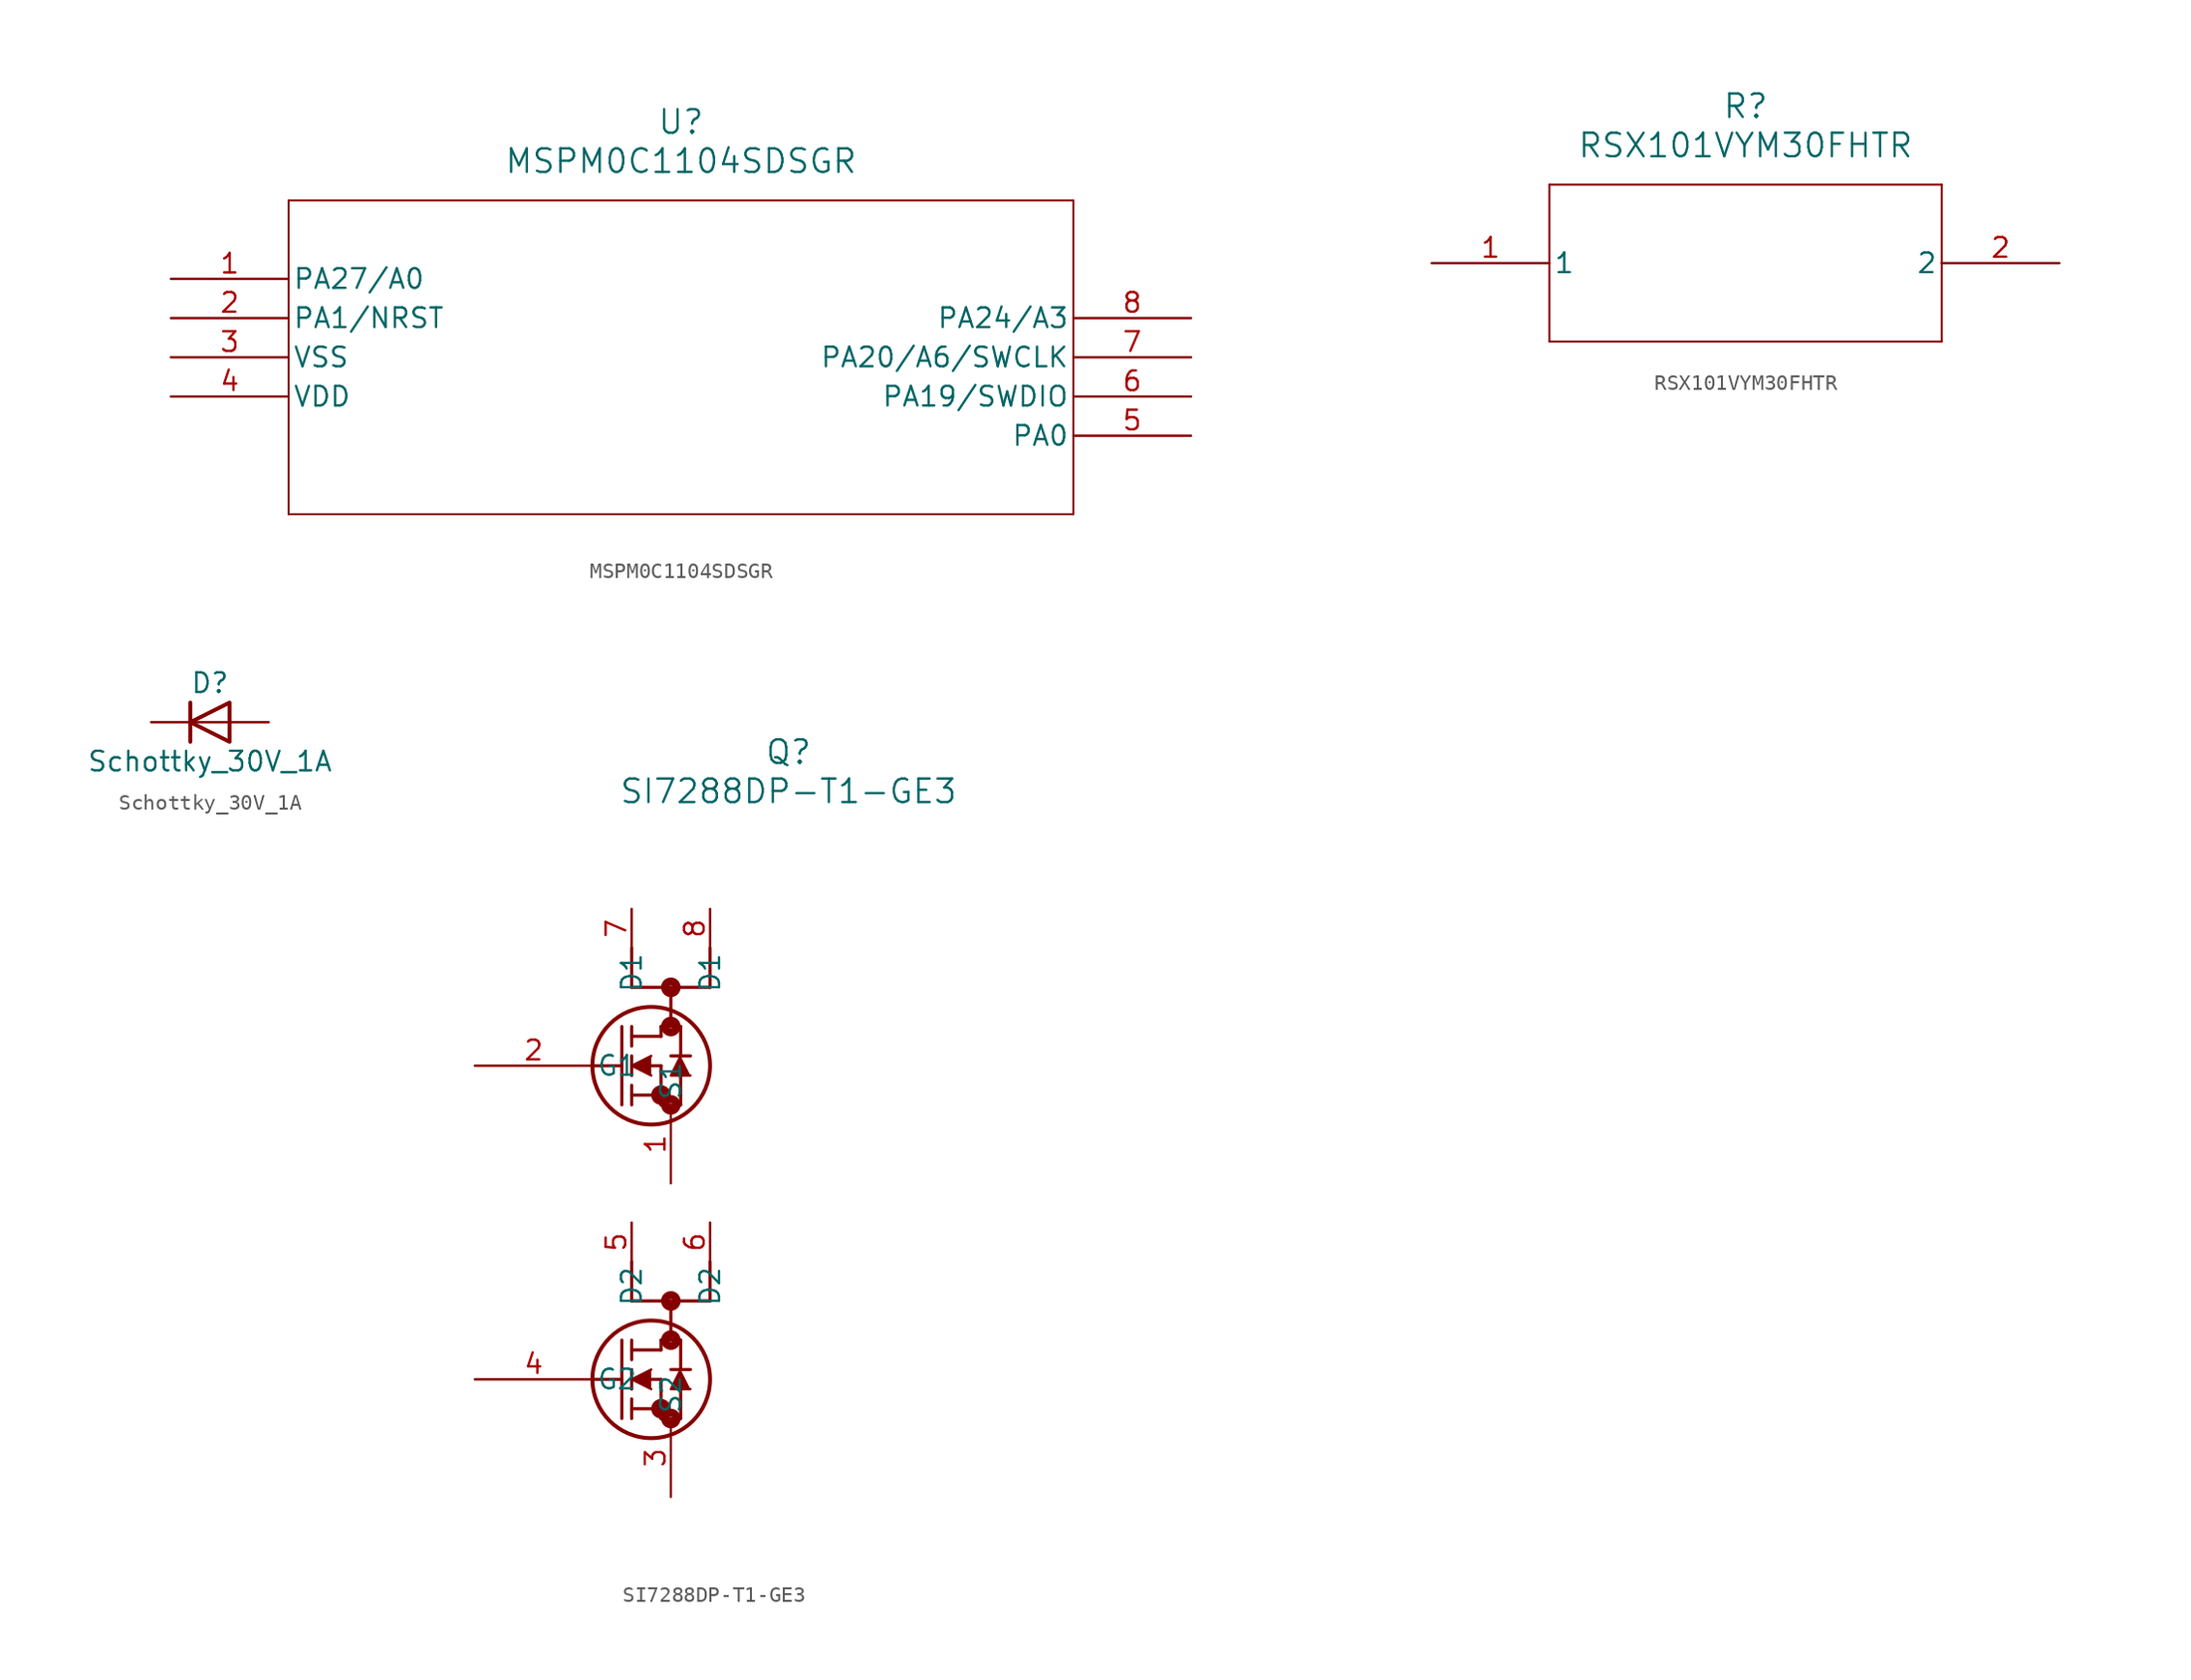
<source format=kicad_sym>
(kicad_symbol_lib
  (version 20241209)
  (generator "kicad_symbol_editor")
  (generator_version "9.0")
  (symbol "MSPM0C1104SDSGR"
    (pin_names
      (offset 0.254))
    (property "Reference" "U"
      (at 33.02 10.16 0)
      (effects (font (size 1.524 1.524))))
    (property "Value" "MSPM0C1104SDSGR"
      (at 33.02 7.62 0)
      (effects (font (size 1.524 1.524))))
    (symbol "MSPM0C1104SDSGR_0_1"
      (polyline (pts (xy 7.62 5.08) (xy 7.62 -15.24)) (stroke (width 0.127) (type default)) (fill (type none)))
      (polyline (pts (xy 7.62 -15.24) (xy 58.42 -15.24)) (stroke (width 0.127) (type default)) (fill (type none)))
      (polyline (pts (xy 58.42 5.08) (xy 7.62 5.08)) (stroke (width 0.127) (type default)) (fill (type none)))
      (polyline (pts (xy 58.42 -15.24) (xy 58.42 5.08)) (stroke (width 0.127) (type default)) (fill (type none)))
      (pin bidirectional line (at 0 0 0) (length 7.62) (name "PA27/A0" (effects (font (size 1.27 1.27)))) (number "1" (effects (font (size 1.27 1.27)))))
      (pin bidirectional line (at 0 -2.54 0) (length 7.62) (name "PA1/NRST" (effects (font (size 1.27 1.27)))) (number "2" (effects (font (size 1.27 1.27)))))
      (pin power_in line (at 0 -5.08 0) (length 7.62) (name "VSS" (effects (font (size 1.27 1.27)))) (number "3" (effects (font (size 1.27 1.27)))))
      (pin power_in line (at 0 -7.62 0) (length 7.62) (name "VDD" (effects (font (size 1.27 1.27)))) (number "4" (effects (font (size 1.27 1.27)))))
      (pin bidirectional line (at 66.04 -2.54 180) (length 7.62) (name "PA24/A3" (effects (font (size 1.27 1.27)))) (number "8" (effects (font (size 1.27 1.27)))))
      (pin bidirectional line (at 66.04 -5.08 180) (length 7.62) (name "PA20/A6/SWCLK" (effects (font (size 1.27 1.27)))) (number "7" (effects (font (size 1.27 1.27)))))
      (pin bidirectional line (at 66.04 -7.62 180) (length 7.62) (name "PA19/SWDIO" (effects (font (size 1.27 1.27)))) (number "6" (effects (font (size 1.27 1.27)))))
      (pin bidirectional line (at 66.04 -10.16 180) (length 7.62) (name "PA0" (effects (font (size 1.27 1.27)))) (number "5" (effects (font (size 1.27 1.27)))))))
  (symbol "RSX101VYM30FHTR"
    (pin_names
      (offset 0.254))
    (property "Reference" "R"
      (at 20.32 10.16 0)
      (effects (font (size 1.524 1.524))))
    (property "Value" "RSX101VYM30FHTR"
      (at 20.32 7.62 0)
      (effects (font (size 1.524 1.524))))
    (symbol "RSX101VYM30FHTR_0_1"
      (polyline (pts (xy 7.62 5.08) (xy 7.62 -5.08)) (stroke (width 0.127) (type default)) (fill (type none)))
      (polyline (pts (xy 7.62 -5.08) (xy 33.02 -5.08)) (stroke (width 0.127) (type default)) (fill (type none)))
      (polyline (pts (xy 33.02 5.08) (xy 7.62 5.08)) (stroke (width 0.127) (type default)) (fill (type none)))
      (polyline (pts (xy 33.02 -5.08) (xy 33.02 5.08)) (stroke (width 0.127) (type default)) (fill (type none)))
      (pin unspecified line (at 0 0 0) (length 7.62) (name "1" (effects (font (size 1.27 1.27)))) (number "1" (effects (font (size 1.27 1.27)))))
      (pin unspecified line (at 40.64 0 180) (length 7.62) (name "2" (effects (font (size 1.27 1.27)))) (number "2" (effects (font (size 1.27 1.27)))))))
  (symbol "Schottky_30V_1A"
    (pin_numbers
      (hide yes))
    (pin_names
      (hide yes))
    (property "Reference" "D"
      (at 0 2.54 0)
      (effects (font (size 1.27 1.27))))
    (property "Value" "Schottky_30V_1A"
      (at 0 -2.54 0)
      (effects (font (size 1.27 1.27))))
    (symbol "Schottky_30V_1A_0_1"
      (polyline (pts (xy -1.27 1.27) (xy -1.27 -1.27)) (stroke (width 0.254) (type default)) (fill (type none)))
      (polyline (pts (xy 1.27 1.27) (xy 1.27 -1.27) (xy -1.27 0) (xy 1.27 1.27)) (stroke (width 0.254) (type default)) (fill (type none)))
      (polyline (pts (xy 1.27 0) (xy -1.27 0)) (stroke (width 0) (type default)) (fill (type none))))
    (symbol "Schottky_30V_1A_1_1"
      (pin passive line (at -3.81 0 0) (length 2.54) (name "K" (effects (font (size 1.27 1.27)))) (number "1" (effects (font (size 1.27 1.27)))))
      (pin passive line (at 3.81 0 180) (length 2.54) (name "A" (effects (font (size 1.27 1.27)))) (number "2" (effects (font (size 1.27 1.27)))))))
  (symbol "SI7288DP-T1-GE3"
    (pin_names
      (offset 0.254))
    (property "Reference" "Q"
      (at 20.32 20.32 0)
      (effects (font (size 1.524 1.524))))
    (property "Value" "SI7288DP-T1-GE3"
      (at 20.32 17.78 0)
      (effects (font (size 1.524 1.524))))
    (symbol "SI7288DP-T1-GE3_0_1"
      (polyline (pts (xy 7.62 0) (xy 9.525 0)) (stroke (width 0.203) (type default)) (fill (type none)))
      (polyline (pts (xy 7.62 -20.32) (xy 9.525 -20.32)) (stroke (width 0.203) (type default)) (fill (type none)))
      (polyline (pts (xy 9.525 -2.54) (xy 9.525 2.54)) (stroke (width 0.203) (type default)) (fill (type none)))
      (polyline (pts (xy 9.525 -22.86) (xy 9.525 -17.78)) (stroke (width 0.203) (type default)) (fill (type none)))
      (polyline (pts (xy 10.16 7.62) (xy 10.16 5.08)) (stroke (width 0.203) (type default)) (fill (type none)))
      (polyline (pts (xy 10.16 5.08) (xy 15.24 5.08)) (stroke (width 0.203) (type default)) (fill (type none)))
      (polyline (pts (xy 10.16 1.905) (xy 12.065 1.905)) (stroke (width 0.203) (type default)) (fill (type none)))
      (polyline (pts (xy 10.16 1.27) (xy 10.16 2.54)) (stroke (width 0.203) (type default)) (fill (type none)))
      (polyline (pts (xy 10.16 -0.635) (xy 10.16 0.635)) (stroke (width 0.203) (type default)) (fill (type none)))
      (polyline (pts (xy 10.16 -1.905) (xy 12.065 -1.905)) (stroke (width 0.203) (type default)) (fill (type none)))
      (polyline (pts (xy 10.16 -2.54) (xy 10.16 -1.27)) (stroke (width 0.203) (type default)) (fill (type none)))
      (polyline (pts (xy 10.16 -12.7) (xy 10.16 -15.24)) (stroke (width 0.203) (type default)) (fill (type none)))
      (polyline (pts (xy 10.16 -15.24) (xy 15.24 -15.24)) (stroke (width 0.203) (type default)) (fill (type none)))
      (polyline (pts (xy 10.16 -18.415) (xy 12.065 -18.415)) (stroke (width 0.203) (type default)) (fill (type none)))
      (polyline (pts (xy 10.16 -19.05) (xy 10.16 -17.78)) (stroke (width 0.203) (type default)) (fill (type none)))
      (polyline (pts (xy 10.16 -20.955) (xy 10.16 -19.685)) (stroke (width 0.203) (type default)) (fill (type none)))
      (polyline (pts (xy 10.16 -22.225) (xy 12.065 -22.225)) (stroke (width 0.203) (type default)) (fill (type none)))
      (polyline (pts (xy 10.16 -22.86) (xy 10.16 -21.59)) (stroke (width 0.203) (type default)) (fill (type none)))
      (polyline (pts (xy 11.43 0.635) (xy 10.16 0) (xy 11.43 -0.635)) (stroke (width 0) (type default)) (fill (type outline)))
      (polyline (pts (xy 11.43 0) (xy 12.065 0)) (stroke (width 0.203) (type default)) (fill (type none)))
      (circle (center 11.43 0) (radius 3.81) (stroke (width 0.254) (type default)) (fill (type none)))
      (polyline (pts (xy 11.43 -19.685) (xy 10.16 -20.32) (xy 11.43 -20.955)) (stroke (width 0) (type default)) (fill (type outline)))
      (polyline (pts (xy 11.43 -20.32) (xy 12.065 -20.32)) (stroke (width 0.203) (type default)) (fill (type none)))
      (circle (center 11.43 -20.32) (radius 3.81) (stroke (width 0.254) (type default)) (fill (type none)))
      (polyline (pts (xy 12.065 2.54) (xy 13.335 2.54)) (stroke (width 0.203) (type default)) (fill (type none)))
      (polyline (pts (xy 12.065 1.905) (xy 12.065 2.54)) (stroke (width 0.203) (type default)) (fill (type none)))
      (circle (center 12.065 -1.905) (radius 0.127) (stroke (width 0.508) (type default)) (fill (type none)))
      (polyline (pts (xy 12.065 -2.54) (xy 12.065 0)) (stroke (width 0.203) (type default)) (fill (type none)))
      (polyline (pts (xy 12.065 -2.54) (xy 13.335 -2.54)) (stroke (width 0.203) (type default)) (fill (type none)))
      (polyline (pts (xy 12.065 -17.78) (xy 13.335 -17.78)) (stroke (width 0.203) (type default)) (fill (type none)))
      (polyline (pts (xy 12.065 -18.415) (xy 12.065 -17.78)) (stroke (width 0.203) (type default)) (fill (type none)))
      (circle (center 12.065 -22.225) (radius 0.127) (stroke (width 0.508) (type default)) (fill (type none)))
      (polyline (pts (xy 12.065 -22.86) (xy 12.065 -20.32)) (stroke (width 0.203) (type default)) (fill (type none)))
      (polyline (pts (xy 12.065 -22.86) (xy 13.335 -22.86)) (stroke (width 0.203) (type default)) (fill (type none)))
      (polyline (pts (xy 12.7 5.08) (xy 12.7 2.54)) (stroke (width 0.203) (type default)) (fill (type none)))
      (circle (center 12.7 5.08) (radius 0.127) (stroke (width 0.508) (type default)) (fill (type none)))
      (circle (center 12.7 2.54) (radius 0.127) (stroke (width 0.508) (type default)) (fill (type none)))
      (circle (center 12.7 -2.54) (radius 0.127) (stroke (width 0.508) (type default)) (fill (type none)))
      (polyline (pts (xy 12.7 -15.24) (xy 12.7 -17.78)) (stroke (width 0.203) (type default)) (fill (type none)))
      (circle (center 12.7 -15.24) (radius 0.127) (stroke (width 0.508) (type default)) (fill (type none)))
      (circle (center 12.7 -17.78) (radius 0.127) (stroke (width 0.508) (type default)) (fill (type none)))
      (circle (center 12.7 -22.86) (radius 0.127) (stroke (width 0.508) (type default)) (fill (type none)))
      (polyline (pts (xy 13.335 0.635) (xy 13.335 2.54)) (stroke (width 0.203) (type default)) (fill (type none)))
      (polyline (pts (xy 13.335 -2.54) (xy 13.335 -0.635)) (stroke (width 0.203) (type default)) (fill (type none)))
      (polyline (pts (xy 13.335 -19.685) (xy 13.335 -17.78)) (stroke (width 0.203) (type default)) (fill (type none)))
      (polyline (pts (xy 13.335 -22.86) (xy 13.335 -20.955)) (stroke (width 0.203) (type default)) (fill (type none)))
      (polyline (pts (xy 13.97 0.635) (xy 12.7 0.635)) (stroke (width 0.203) (type default)) (fill (type none)))
      (polyline (pts (xy 13.97 -0.635) (xy 12.7 -0.635) (xy 13.335 0.635)) (stroke (width 0) (type default)) (fill (type outline)))
      (polyline (pts (xy 13.97 -19.685) (xy 12.7 -19.685)) (stroke (width 0.203) (type default)) (fill (type none)))
      (polyline (pts (xy 13.97 -20.955) (xy 12.7 -20.955) (xy 13.335 -19.685)) (stroke (width 0) (type default)) (fill (type outline)))
      (polyline (pts (xy 15.24 5.08) (xy 15.24 7.62)) (stroke (width 0.203) (type default)) (fill (type none)))
      (polyline (pts (xy 15.24 -15.24) (xy 15.24 -12.7)) (stroke (width 0.203) (type default)) (fill (type none))))
    (symbol "SI7288DP-T1-GE3_1_1"
      (pin unspecified line (at 0 0 0) (length 7.62) (name "G1" (effects (font (size 1.27 1.27)))) (number "2" (effects (font (size 1.27 1.27)))))
      (pin unspecified line (at 0 -20.32 0) (length 7.62) (name "G2" (effects (font (size 1.27 1.27)))) (number "4" (effects (font (size 1.27 1.27)))))
      (pin unspecified line (at 10.16 10.16 270) (length 2.54) (name "D1" (effects (font (size 1.27 1.27)))) (number "7" (effects (font (size 1.27 1.27)))))
      (pin unspecified line (at 10.16 -10.16 270) (length 2.54) (name "D2" (effects (font (size 1.27 1.27)))) (number "5" (effects (font (size 1.27 1.27)))))
      (pin unspecified line (at 12.7 -7.62 90) (length 5.08) (name "S1" (effects (font (size 1.27 1.27)))) (number "1" (effects (font (size 1.27 1.27)))))
      (pin unspecified line (at 12.7 -27.94 90) (length 5.08) (name "S2" (effects (font (size 1.27 1.27)))) (number "3" (effects (font (size 1.27 1.27)))))
      (pin unspecified line (at 15.24 10.16 270) (length 2.54) (name "D1" (effects (font (size 1.27 1.27)))) (number "8" (effects (font (size 1.27 1.27)))))
      (pin unspecified line (at 15.24 -10.16 270) (length 2.54) (name "D2" (effects (font (size 1.27 1.27)))) (number "6" (effects (font (size 1.27 1.27))))))))
</source>
